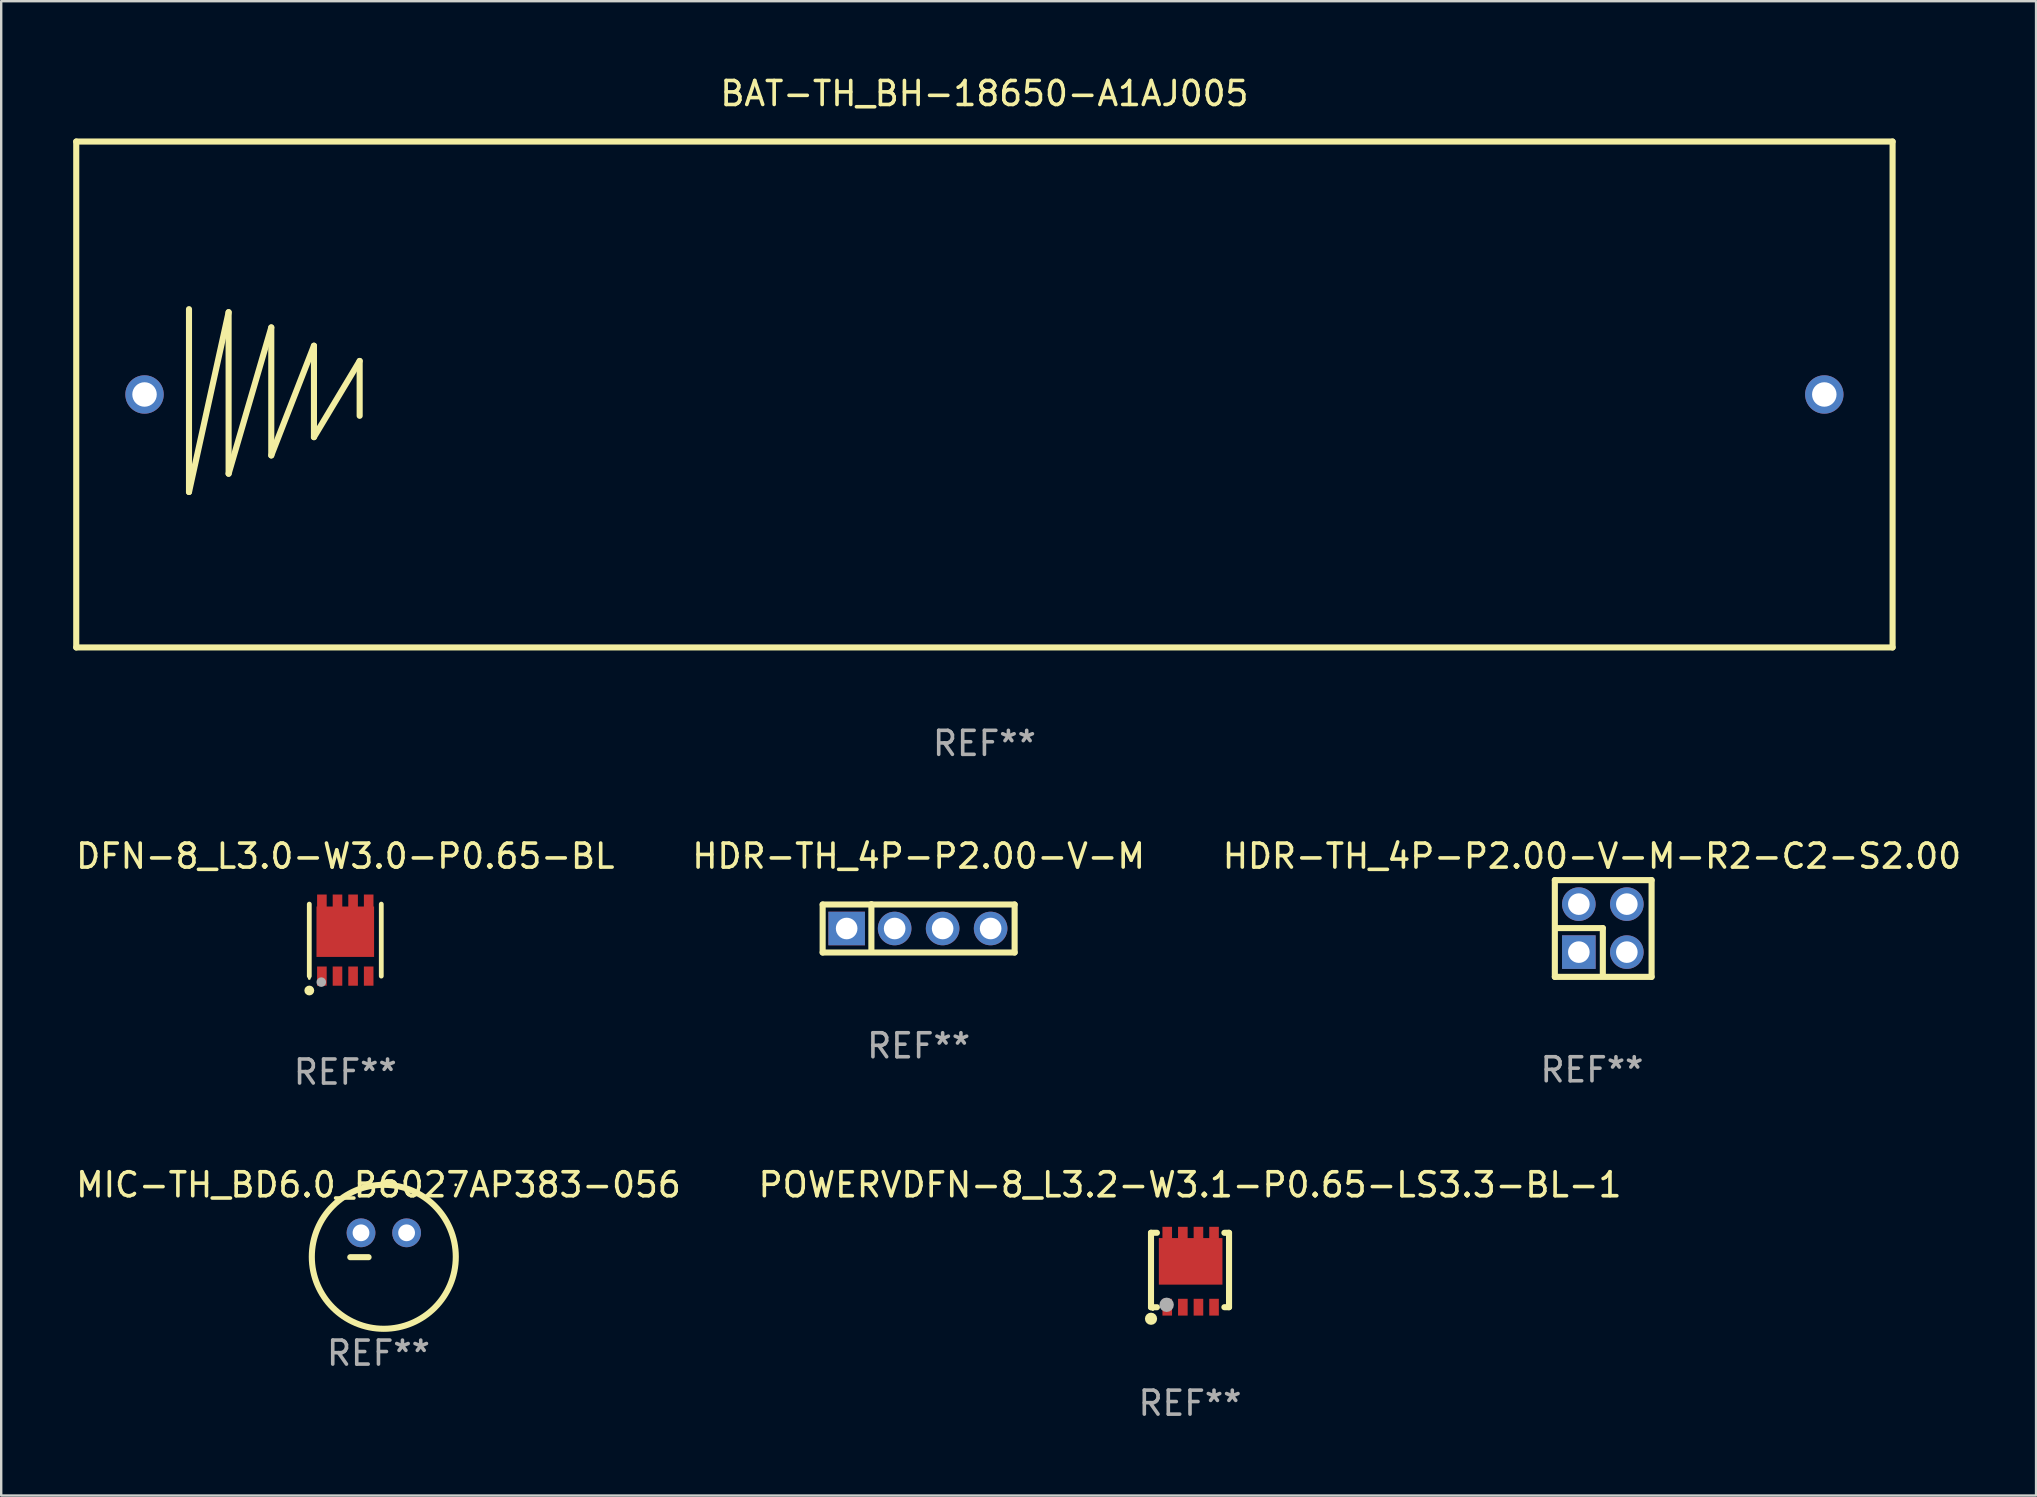
<source format=kicad_pcb>
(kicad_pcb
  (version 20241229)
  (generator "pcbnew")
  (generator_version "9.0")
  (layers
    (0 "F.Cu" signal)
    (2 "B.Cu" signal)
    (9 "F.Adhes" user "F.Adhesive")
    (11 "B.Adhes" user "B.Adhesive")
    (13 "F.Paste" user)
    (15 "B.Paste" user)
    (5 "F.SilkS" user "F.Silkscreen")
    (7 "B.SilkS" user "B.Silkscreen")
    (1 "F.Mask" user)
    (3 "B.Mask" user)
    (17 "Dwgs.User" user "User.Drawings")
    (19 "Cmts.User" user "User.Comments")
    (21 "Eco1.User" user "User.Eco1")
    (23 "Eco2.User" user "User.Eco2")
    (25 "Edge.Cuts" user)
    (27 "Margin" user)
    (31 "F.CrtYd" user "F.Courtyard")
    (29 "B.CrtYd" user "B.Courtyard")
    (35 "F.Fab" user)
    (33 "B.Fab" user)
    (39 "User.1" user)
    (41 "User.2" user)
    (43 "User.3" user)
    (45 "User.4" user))
  (footprint "DFN-8_L3.0-W3.0-P0.65-BL"
    (layer "F.Cu")
    (at 11.339 36.127)
    (property "Reference" "DFN-8_L3.0-W3.0-P0.65-BL" (at 0 -3.5 0) (layer "F.SilkS") (effects (font (size 1 1) (thickness 0.15))))
    (attr through_hole)
    (fp_line (start -1.5 -1.5) (end -1.5 1.5) (stroke (width 0.2) (type solid)) (layer "F.SilkS"))
    (fp_line (start 1.5 -1.5) (end 1.5 1.5) (stroke (width 0.2) (type solid)) (layer "F.SilkS"))
    (fp_circle (center -1.5 1.6) (end -1.47 1.6) (stroke (width 0.06) (type solid)) (fill no) (layer "F.SilkS"))
    (fp_circle (center -1.5 2.1) (end -1.395 2.1) (stroke (width 0.2) (type solid)) (fill no) (layer "F.SilkS"))
    (fp_circle (center -1 1.75) (end -0.9 1.75) (stroke (width 0.2) (type solid)) (fill no) (layer "F.Fab"))
    (fp_text user "REF**" (at 0 5.5 0) (layer "F.Fab") (effects (font (size 1 1) (thickness 0.15))))
    (pad "1" smd rect (at -0.975 1.5 180) (size 0.4 0.8) (layers "F.Cu" "F.Mask" "F.Paste"))
    (pad "2" smd rect (at -0.325 1.5 180) (size 0.4 0.8) (layers "F.Cu" "F.Mask" "F.Paste"))
    (pad "3" smd rect (at 0.325 1.5 180) (size 0.4 0.8) (layers "F.Cu" "F.Mask" "F.Paste"))
    (pad "4" smd rect (at 0.975 1.5 180) (size 0.4 0.8) (layers "F.Cu" "F.Mask" "F.Paste"))
    (pad "5" smd rect (at 0.975 -1.5 180) (size 0.4 0.8) (layers "F.Cu" "F.Mask" "F.Paste"))
    (pad "6" smd rect (at 0.325 -1.5 180) (size 0.4 0.8) (layers "F.Cu" "F.Mask" "F.Paste"))
    (pad "7" smd rect (at -0.325 -1.5 180) (size 0.4 0.8) (layers "F.Cu" "F.Mask" "F.Paste"))
    (pad "8" smd rect (at -0.975 -1.5 180) (size 0.4 0.8) (layers "F.Cu" "F.Mask" "F.Paste"))
    (pad "9" smd rect (at 0 -0.35) (size 2.4 2.1) (layers "F.Cu" "F.Mask" "F.Paste")))
  (footprint "HDR-TH_4P-P2.00-V-M"
    (layer "F.Cu")
    (at 35.232 35.643)
    (property "Reference" "HDR-TH_4P-P2.00-V-M" (at 0 -3.016 0) (layer "F.SilkS") (effects (font (size 1 1) (thickness 0.15))))
    (attr through_hole)
    (fp_line (start -4 -1) (end -4 1) (stroke (width 0.254) (type solid)) (layer "F.SilkS"))
    (fp_line (start -4 1) (end 4 1) (stroke (width 0.254) (type solid)) (layer "F.SilkS"))
    (fp_line (start -1.969 -1.016) (end -1.969 0.889) (stroke (width 0.254) (type solid)) (layer "F.SilkS"))
    (fp_line (start 4 -1) (end -4 -1) (stroke (width 0.254) (type solid)) (layer "F.SilkS"))
    (fp_line (start 4 1) (end 4 -1) (stroke (width 0.254) (type solid)) (layer "F.SilkS"))
    (fp_circle (center -4 1) (end -3.97 1) (stroke (width 0.06) (type solid)) (fill no) (layer "F.SilkS"))
    (fp_text user "REF**" (at 0 4.889 0) (layer "F.Fab") (effects (font (size 1 1) (thickness 0.15))))
    (pad "1" thru_hole rect (at -3 0) (size 1.524 1.4) (drill 0.9) (layers "*.Cu" "*.Mask"))
    (pad "2" thru_hole circle (at -1 0) (size 1.4 1.4) (drill 0.9) (layers "*.Cu" "*.Mask"))
    (pad "3" thru_hole circle (at 1 0) (size 1.4 1.4) (drill 0.9) (layers "*.Cu" "*.Mask"))
    (pad "4" thru_hole circle (at 3 0) (size 1.4 1.4) (drill 0.9) (layers "*.Cu" "*.Mask")))
  (footprint "MIC-TH_BD6.0_B6027AP383-056"
    (layer "F.Cu")
    (at 12.944 48.324)
    (property "Reference" "MIC-TH_BD6.0_B6027AP383-056" (at -0.223 -2 0) (layer "F.SilkS") (effects (font (size 1 1) (thickness 0.15))))
    (attr through_hole)
    (fp_line (start -1.397 1.016) (end -0.635 1.016) (stroke (width 0.254) (type solid)) (layer "F.SilkS"))
    (fp_circle (center 0 1) (end 3 1) (stroke (width 0.254) (type solid)) (fill no) (layer "F.SilkS"))
    (fp_circle (center 3 -2) (end 3.03 -2) (stroke (width 0.06) (type solid)) (fill no) (layer "F.SilkS"))
    (fp_text user "REF**" (at -0.223 5.016 0) (layer "F.Fab") (effects (font (size 1 1) (thickness 0.15))))
    (pad "1" thru_hole circle (at 0.95 0) (size 1.2 1.2) (drill 0.7) (layers "*.Cu" "*.Mask"))
    (pad "2" thru_hole circle (at -0.95 0) (size 1.2 1.2) (drill 0.7) (layers "*.Cu" "*.Mask")))
  (footprint "HDR-TH_4P-P2.00-V-M-R2-C2-S2.00"
    (layer "F.Cu")
    (at 63.744 35.627)
    (property "Reference" "HDR-TH_4P-P2.00-V-M-R2-C2-S2.00" (at -0.453 -3 0) (layer "F.SilkS") (effects (font (size 1 1) (thickness 0.15))))
    (attr through_hole)
    (fp_line (start -2 -2) (end -2 2.032) (stroke (width 0.254) (type solid)) (layer "F.SilkS"))
    (fp_line (start -2 2.032) (end 2.032 2.032) (stroke (width 0.254) (type solid)) (layer "F.SilkS"))
    (fp_line (start -1.905 0) (end 0 0) (stroke (width 0.254) (type solid)) (layer "F.SilkS"))
    (fp_line (start 0 0) (end 0 1.905) (stroke (width 0.254) (type solid)) (layer "F.SilkS"))
    (fp_line (start 2.032 -2) (end -2 -2) (stroke (width 0.254) (type solid)) (layer "F.SilkS"))
    (fp_line (start 2.032 2.032) (end 2.032 -2) (stroke (width 0.254) (type solid)) (layer "F.SilkS"))
    (fp_circle (center -2 2) (end -1.97 2) (stroke (width 0.06) (type solid)) (fill no) (layer "F.SilkS"))
    (fp_text user "REF**" (at -0.453 5.905 0) (layer "F.Fab") (effects (font (size 1 1) (thickness 0.15))))
    (pad "1" thru_hole rect (at -1 1) (size 1.4 1.4) (drill 0.9) (layers "*.Cu" "*.Mask"))
    (pad "2" thru_hole circle (at -1 -1) (size 1.4 1.4) (drill 0.9) (layers "*.Cu" "*.Mask"))
    (pad "3" thru_hole circle (at 1 1) (size 1.4 1.4) (drill 0.9) (layers "*.Cu" "*.Mask"))
    (pad "4" thru_hole circle (at 1 -1) (size 1.4 1.4) (drill 0.9) (layers "*.Cu" "*.Mask")))
  (footprint "BAT-TH_BH-18650-A1AJ005"
    (layer "F.Cu")
    (at 37.973 13.389)
    (property "Reference" "BAT-TH_BH-18650-A1AJ005" (at 0 -12.541 0) (layer "F.SilkS") (effects (font (size 1 1) (thickness 0.15))))
    (attr through_hole)
    (fp_line (start -37.846 -10.541) (end 37.846 -10.541) (stroke (width 0.254) (type solid)) (layer "F.SilkS"))
    (fp_line (start -37.846 10.541) (end -37.846 -10.541) (stroke (width 0.254) (type solid)) (layer "F.SilkS"))
    (fp_line (start -33.147 -3.556) (end -33.147 4.064) (stroke (width 0.254) (type solid)) (layer "F.SilkS"))
    (fp_line (start -33.147 4.064) (end -31.496 -3.429) (stroke (width 0.254) (type solid)) (layer "F.SilkS"))
    (fp_line (start -31.496 -3.429) (end -31.496 3.302) (stroke (width 0.254) (type solid)) (layer "F.SilkS"))
    (fp_line (start -31.496 3.302) (end -29.718 -2.794) (stroke (width 0.254) (type solid)) (layer "F.SilkS"))
    (fp_line (start -29.718 -2.794) (end -29.718 2.54) (stroke (width 0.254) (type solid)) (layer "F.SilkS"))
    (fp_line (start -29.718 2.54) (end -27.94 -2.032) (stroke (width 0.254) (type solid)) (layer "F.SilkS"))
    (fp_line (start -27.94 -2.032) (end -27.94 1.778) (stroke (width 0.254) (type solid)) (layer "F.SilkS"))
    (fp_line (start -27.94 1.778) (end -26.035 -1.397) (stroke (width 0.254) (type solid)) (layer "F.SilkS"))
    (fp_line (start -26.035 -1.397) (end -26.035 0.889) (stroke (width 0.254) (type solid)) (layer "F.SilkS"))
    (fp_line (start 37.846 -10.541) (end 37.846 10.541) (stroke (width 0.254) (type solid)) (layer "F.SilkS"))
    (fp_line (start 37.846 10.541) (end -37.846 10.541) (stroke (width 0.254) (type solid)) (layer "F.SilkS"))
    (fp_circle (center -37.75 10.5) (end -37.72 10.5) (stroke (width 0.06) (type solid)) (fill no) (layer "F.SilkS"))
    (fp_text user "REF**" (at 0 14.541 0) (layer "F.Fab") (effects (font (size 1 1) (thickness 0.15))))
    (pad "1" thru_hole circle (at -35 0) (size 1.6 1.6) (drill 1.02) (layers "*.Cu" "*.Mask"))
    (pad "2" thru_hole circle (at 35 0) (size 1.6 1.6) (drill 1.02) (layers "*.Cu" "*.Mask")))
  (footprint "POWERVDFN-8_L3.2-W3.1-P0.65-LS3.3-BL-1"
    (layer "F.Cu")
    (at 46.567 49.874)
    (property "Reference" "POWERVDFN-8_L3.2-W3.1-P0.65-LS3.3-BL-1" (at -0.026 -3.551 0) (layer "F.SilkS") (effects (font (size 1 1) (thickness 0.15))))
    (attr through_hole)
    (fp_line (start -1.652 -1.551) (end -1.652 1.551) (stroke (width 0.254) (type solid)) (layer "F.SilkS"))
    (fp_line (start -1.652 1.551) (end -1.406 1.551) (stroke (width 0.254) (type solid)) (layer "F.SilkS"))
    (fp_line (start -1.406 -1.551) (end -1.652 -1.551) (stroke (width 0.254) (type solid)) (layer "F.SilkS"))
    (fp_line (start 1.406 1.55) (end 1.6 1.55) (stroke (width 0.254) (type solid)) (layer "F.SilkS"))
    (fp_line (start 1.6 -1.55) (end 1.406 -1.55) (stroke (width 0.254) (type solid)) (layer "F.SilkS"))
    (fp_line (start 1.6 1.55) (end 1.6 -1.55) (stroke (width 0.254) (type solid)) (layer "F.SilkS"))
    (fp_circle (center -1.651 2.032) (end -1.524 2.032) (stroke (width 0.254) (type solid)) (fill no) (layer "F.SilkS"))
    (fp_circle (center -1.575 1.65) (end -1.545 1.65) (stroke (width 0.06) (type solid)) (fill no) (layer "F.SilkS"))
    (fp_circle (center -1 1.45) (end -0.85 1.45) (stroke (width 0.3) (type solid)) (fill no) (layer "F.Fab"))
    (fp_text user "REF**" (at -0.026 5.551 0) (layer "F.Fab") (effects (font (size 1 1) (thickness 0.15))))
    (pad "1" smd rect (at -0.975 1.55 270) (size 0.7 0.4) (layers "F.Cu" "F.Mask" "F.Paste"))
    (pad "2" smd rect (at -0.325 1.55 90) (size 0.7 0.4) (layers "F.Cu" "F.Mask" "F.Paste"))
    (pad "3" smd rect (at 0.325 1.55 90) (size 0.7 0.4) (layers "F.Cu" "F.Mask" "F.Paste"))
    (pad "4" smd rect (at 0.975 1.55 90) (size 0.7 0.4) (layers "F.Cu" "F.Mask" "F.Paste"))
    (pad "5" smd rect (at 0.975 -1.55 90) (size 0.5 0.4) (layers "F.Cu" "F.Mask" "F.Paste"))
    (pad "6" smd rect (at 0.325 -1.55 90) (size 0.5 0.4) (layers "F.Cu" "F.Mask" "F.Paste"))
    (pad "7" smd rect (at -0.325 -1.55 90) (size 0.5 0.4) (layers "F.Cu" "F.Mask" "F.Paste"))
    (pad "8" smd rect (at -0.975 -1.55 90) (size 0.5 0.4) (layers "F.Cu" "F.Mask" "F.Paste"))
    (pad "8" smd rect (at -0.000127 -0.36 180) (size 2.65 1.94) (layers "F.Cu" "F.Mask" "F.Paste")))
  (gr_rect
    (start -3 -3)
    (end 81.798 59.273)
    (stroke (width 0.1) (type default))
    (fill no)
    (layer "Edge.Cuts")))
</source>
